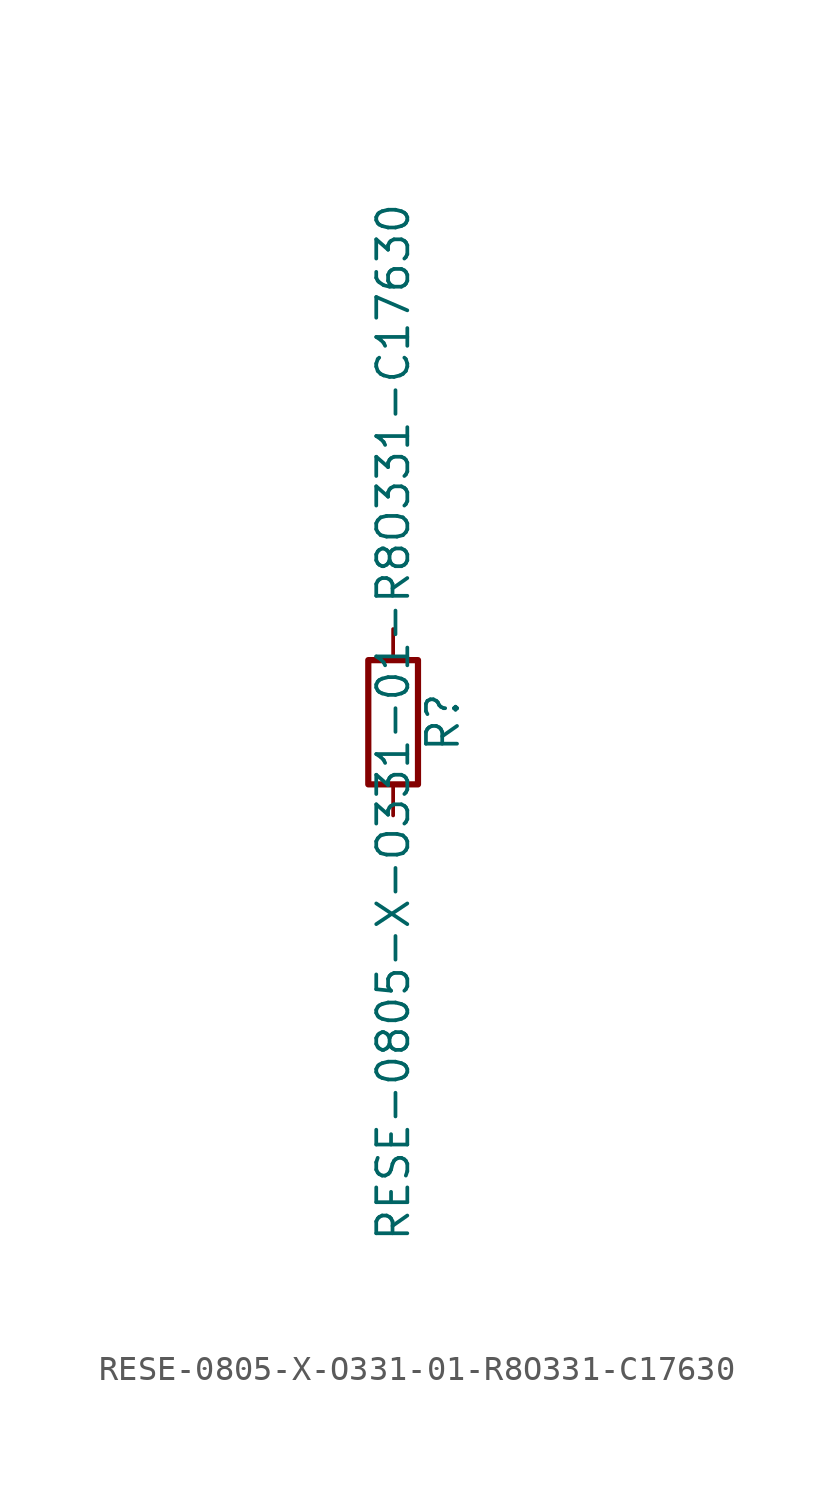
<source format=kicad_sym>
(kicad_symbol_lib
  (version 20211014)
  (generator kicad_symbol_editor)
  (symbol "RESE-0805-X-O331-01-R8O331-C17630"
    (pin_numbers hide)
    (pin_names
      (offset 0))
    (property "Reference" "R"
      (at 2.032 0 90)
      (effects (font (size 1.27 1.27))))
    (property "Value" "RESE-0805-X-O331-01-R8O331-C17630"
      (at 0 0 90)
      (effects (font (size 1.27 1.27))))
    (symbol "RESE-0805-X-O331-01-R8O331-C17630_0_1"
      (rectangle (start -1.016 -2.54) (end 1.016 2.54) (stroke (width 0.254) (type default) (color 0 0 0 0)) (fill (type none))))
    (symbol "RESE-0805-X-O331-01-R8O331-C17630_1_1"
      (pin passive line (at 0 3.81 270) (length 1.27) (name "~" (effects (font (size 1.27 1.27)))) (number "1" (effects (font (size 1.27 1.27)))))
      (pin passive line (at 0 -3.81 90) (length 1.27) (name "~" (effects (font (size 1.27 1.27)))) (number "2" (effects (font (size 1.27 1.27))))))))
</source>
